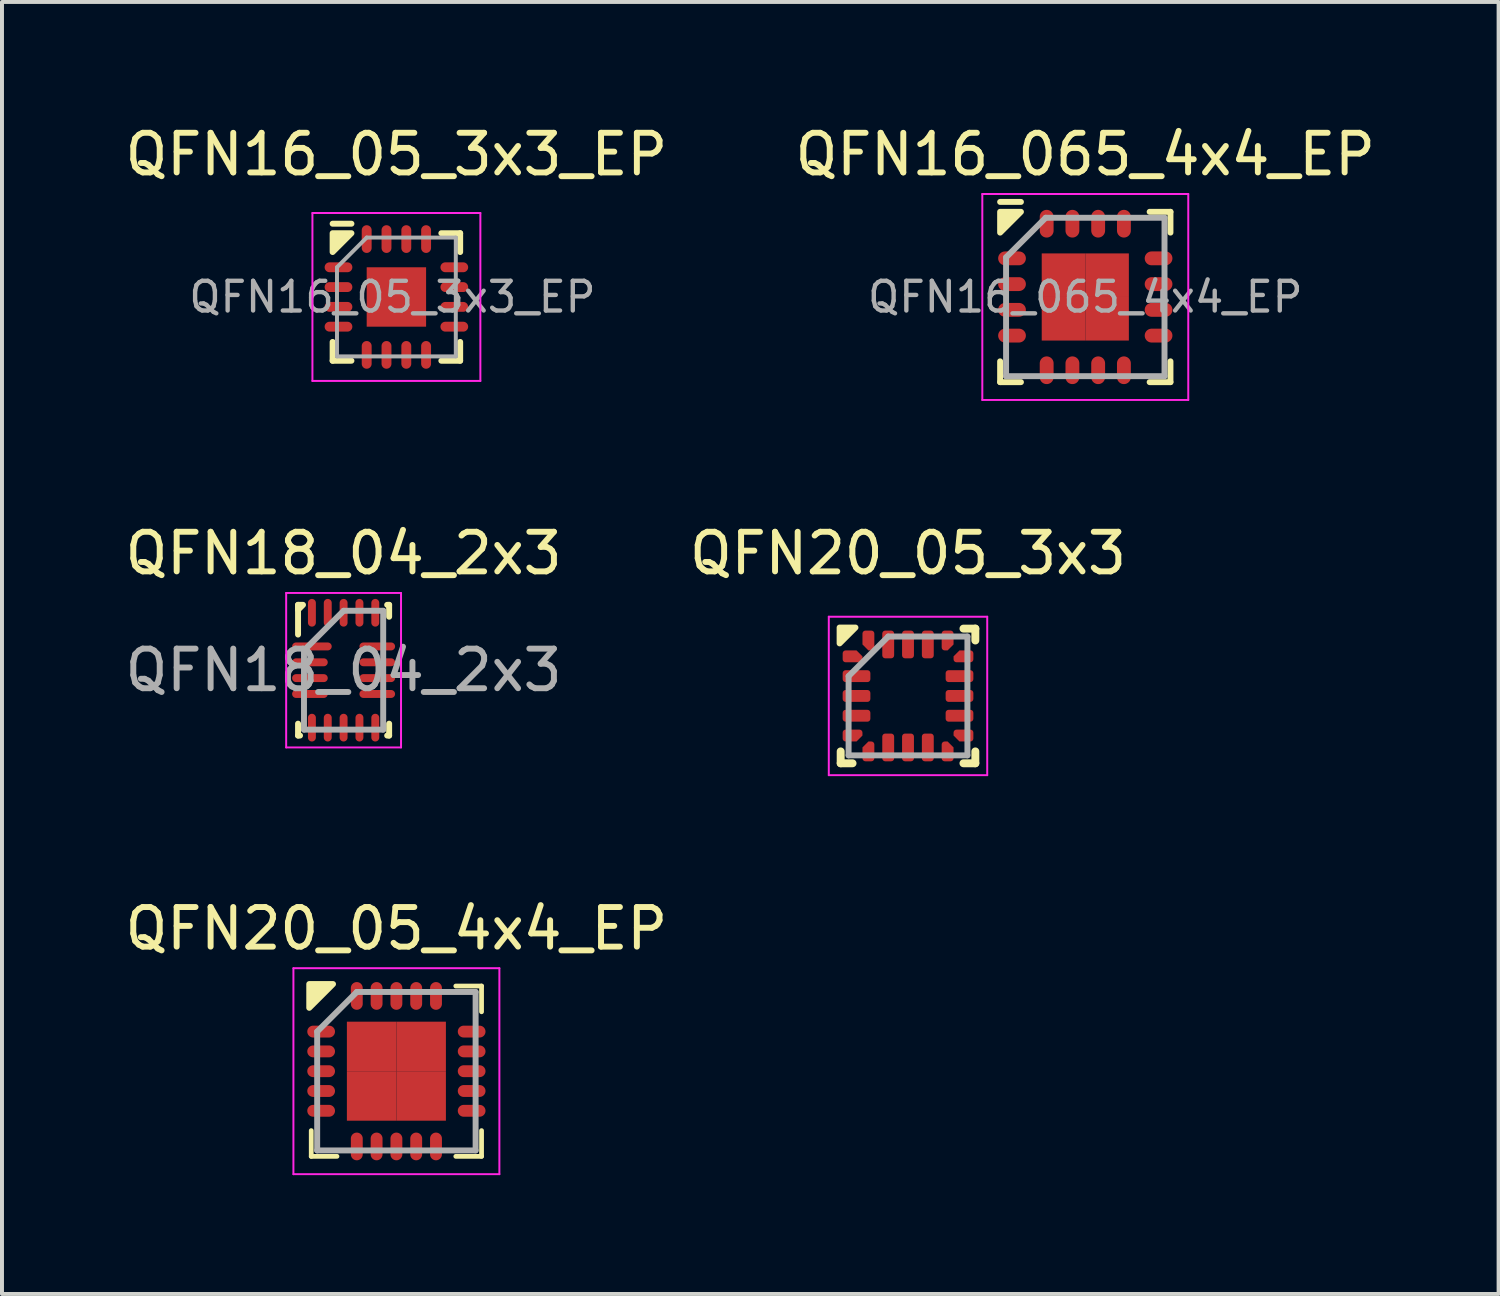
<source format=kicad_pcb>
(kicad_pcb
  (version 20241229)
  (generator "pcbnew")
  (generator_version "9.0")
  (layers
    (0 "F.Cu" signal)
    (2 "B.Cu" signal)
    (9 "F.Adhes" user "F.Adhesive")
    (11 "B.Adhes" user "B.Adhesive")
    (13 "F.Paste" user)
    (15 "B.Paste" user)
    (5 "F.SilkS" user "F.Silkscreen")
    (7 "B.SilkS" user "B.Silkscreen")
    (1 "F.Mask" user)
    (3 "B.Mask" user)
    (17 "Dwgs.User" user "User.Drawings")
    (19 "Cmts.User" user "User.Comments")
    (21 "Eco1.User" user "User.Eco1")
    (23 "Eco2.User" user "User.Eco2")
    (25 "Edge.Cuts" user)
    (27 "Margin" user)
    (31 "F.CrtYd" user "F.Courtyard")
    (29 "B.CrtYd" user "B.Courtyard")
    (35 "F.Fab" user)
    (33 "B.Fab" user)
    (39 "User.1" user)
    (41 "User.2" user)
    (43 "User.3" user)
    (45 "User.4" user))
  (footprint "QFN20_05_3x3"
    (layer "F.Cu")
    (at 19.875 14.521)
    (property "Reference" "QFN20_05_3x3" (at 0 -3.6 0) (layer "F.SilkS") (effects (font (size 1 1) (thickness 0.15))))
    (attr smd)
    (fp_line (start -1.7 1.4) (end -1.7 1.7) (stroke (width 0.2) (type solid)) (layer "F.SilkS"))
    (fp_line (start -1.4 1.7) (end -1.7 1.7) (stroke (width 0.2) (type solid)) (layer "F.SilkS"))
    (fp_line (start 1.7 -1.7) (end 1.4 -1.7) (stroke (width 0.2) (type solid)) (layer "F.SilkS"))
    (fp_line (start 1.7 -1.7) (end 1.7 -1.4) (stroke (width 0.2) (type solid)) (layer "F.SilkS"))
    (fp_line (start 1.7 1.7) (end 1.4 1.7) (stroke (width 0.2) (type solid)) (layer "F.SilkS"))
    (fp_line (start 1.7 1.7) (end 1.7 1.4) (stroke (width 0.2) (type solid)) (layer "F.SilkS"))
    (fp_poly (pts (xy -1.727 -1.327) (xy -1.727 -1.727) (xy -1.327 -1.727)) (stroke (width 0.15) (type solid)) (fill yes) (layer "F.SilkS"))
    (fp_line (start -2 -2) (end 2 -2) (stroke (width 0.05) (type solid)) (layer "F.CrtYd"))
    (fp_line (start -2 2) (end -2 -2) (stroke (width 0.05) (type solid)) (layer "F.CrtYd"))
    (fp_line (start 2 -2) (end 2 2) (stroke (width 0.05) (type solid)) (layer "F.CrtYd"))
    (fp_line (start 2 2) (end -2 2) (stroke (width 0.05) (type solid)) (layer "F.CrtYd"))
    (fp_line (start -1.5 -0.5) (end -1.5 1.5) (stroke (width 0.15) (type solid)) (layer "F.Fab"))
    (fp_line (start -1.5 1.5) (end 1.5 1.5) (stroke (width 0.15) (type solid)) (layer "F.Fab"))
    (fp_line (start -0.5 -1.5) (end -1.5 -0.5) (stroke (width 0.15) (type solid)) (layer "F.Fab"))
    (fp_line (start 1.5 -1.5) (end -0.5 -1.5) (stroke (width 0.15) (type solid)) (layer "F.Fab"))
    (fp_line (start 1.5 1.5) (end 1.5 -1.5) (stroke (width 0.15) (type solid)) (layer "F.Fab"))
    (pad "1" smd roundrect (at -1.4 -1 90) (size 0.3 0.5) (layers "F.Cu" "F.Mask" "F.Paste") (roundrect_rratio 0.25) (chamfer_ratio 0.5) (chamfer bottom_right))
    (pad "2" smd roundrect (at -1.3 -0.5 90) (size 0.3 0.7) (layers "F.Cu" "F.Mask" "F.Paste") (roundrect_rratio 0.25))
    (pad "3" smd roundrect (at -1.3 0 90) (size 0.3 0.7) (layers "F.Cu" "F.Mask" "F.Paste") (roundrect_rratio 0.25))
    (pad "4" smd roundrect (at -1.3 0.5 90) (size 0.3 0.7) (layers "F.Cu" "F.Mask" "F.Paste") (roundrect_rratio 0.25))
    (pad "5" smd roundrect (at -1.4 1 90) (size 0.3 0.5) (layers "F.Cu" "F.Mask" "F.Paste") (roundrect_rratio 0.25) (chamfer_ratio 0.5) (chamfer bottom_left))
    (pad "6" smd roundrect (at -1 1.4) (size 0.3 0.5) (layers "F.Cu" "F.Mask" "F.Paste") (roundrect_rratio 0.25) (chamfer_ratio 0.5) (chamfer top_left))
    (pad "7" smd roundrect (at -0.5 1.3) (size 0.3 0.7) (layers "F.Cu" "F.Mask" "F.Paste") (roundrect_rratio 0.25))
    (pad "8" smd roundrect (at 0 1.3) (size 0.3 0.7) (layers "F.Cu" "F.Mask" "F.Paste") (roundrect_rratio 0.25))
    (pad "9" smd roundrect (at 0.5 1.3) (size 0.3 0.7) (layers "F.Cu" "F.Mask" "F.Paste") (roundrect_rratio 0.25))
    (pad "10" smd roundrect (at 1 1.4) (size 0.3 0.5) (layers "F.Cu" "F.Mask" "F.Paste") (roundrect_rratio 0.25) (chamfer_ratio 0.5) (chamfer top_right))
    (pad "11" smd roundrect (at 1.4 1 90) (size 0.3 0.5) (layers "F.Cu" "F.Mask" "F.Paste") (roundrect_rratio 0.25) (chamfer_ratio 0.5) (chamfer top_left))
    (pad "12" smd roundrect (at 1.3 0.5 90) (size 0.3 0.7) (layers "F.Cu" "F.Mask" "F.Paste") (roundrect_rratio 0.25))
    (pad "13" smd roundrect (at 1.3 0 90) (size 0.3 0.7) (layers "F.Cu" "F.Mask" "F.Paste") (roundrect_rratio 0.25))
    (pad "14" smd roundrect (at 1.3 -0.5 90) (size 0.3 0.7) (layers "F.Cu" "F.Mask" "F.Paste") (roundrect_rratio 0.25))
    (pad "15" smd roundrect (at 1.4 -1 90) (size 0.3 0.5) (layers "F.Cu" "F.Mask" "F.Paste") (roundrect_rratio 0.25) (chamfer_ratio 0.5) (chamfer top_right))
    (pad "16" smd roundrect (at 1 -1.4) (size 0.3 0.5) (layers "F.Cu" "F.Mask" "F.Paste") (roundrect_rratio 0.25) (chamfer_ratio 0.5) (chamfer bottom_right))
    (pad "17" smd roundrect (at 0.5 -1.3) (size 0.3 0.7) (layers "F.Cu" "F.Mask" "F.Paste") (roundrect_rratio 0.25))
    (pad "18" smd roundrect (at 0 -1.3) (size 0.3 0.7) (layers "F.Cu" "F.Mask" "F.Paste") (roundrect_rratio 0.25))
    (pad "19" smd roundrect (at -0.5 -1.3) (size 0.3 0.7) (layers "F.Cu" "F.Mask" "F.Paste") (roundrect_rratio 0.25))
    (pad "20" smd roundrect (at -1 -1.4) (size 0.3 0.5) (layers "F.Cu" "F.Mask" "F.Paste") (roundrect_rratio 0.25) (chamfer_ratio 0.5) (chamfer bottom_left)))
  (footprint "QFN20_05_4x4_EP"
    (layer "F.Cu")
    (at 6.958 23.995)
    (property "Reference" "QFN20_05_4x4_EP" (at 0 -3.6 0) (layer "F.SilkS") (effects (font (size 1 1) (thickness 0.15))))
    (attr smd)
    (fp_line (start -2.15 2.15) (end -2.15 1.5) (stroke (width 0.12) (type solid)) (layer "F.SilkS"))
    (fp_line (start -1.5 2.15) (end -2.15 2.15) (stroke (width 0.12) (type solid)) (layer "F.SilkS"))
    (fp_line (start 1.5 -2.15) (end 2.15 -2.15) (stroke (width 0.12) (type solid)) (layer "F.SilkS"))
    (fp_line (start 1.5 2.15) (end 2.15 2.15) (stroke (width 0.12) (type solid)) (layer "F.SilkS"))
    (fp_line (start 2.15 -2.15) (end 2.15 -1.5) (stroke (width 0.12) (type solid)) (layer "F.SilkS"))
    (fp_line (start 2.15 2.15) (end 2.15 1.5) (stroke (width 0.12) (type solid)) (layer "F.SilkS"))
    (fp_poly (pts (xy -2.2 -1.6) (xy -2.2 -2.2) (xy -1.6 -2.2)) (stroke (width 0.15) (type solid)) (fill yes) (layer "F.SilkS"))
    (fp_line (start -2.6 -2.6) (end 2.6 -2.6) (stroke (width 0.05) (type solid)) (layer "F.CrtYd"))
    (fp_line (start -2.6 2.6) (end -2.6 -2.6) (stroke (width 0.05) (type solid)) (layer "F.CrtYd"))
    (fp_line (start 2.6 -2.6) (end 2.6 2.6) (stroke (width 0.05) (type solid)) (layer "F.CrtYd"))
    (fp_line (start 2.6 2.6) (end -2.6 2.6) (stroke (width 0.05) (type solid)) (layer "F.CrtYd"))
    (fp_line (start -2 -1) (end -2 2) (stroke (width 0.15) (type solid)) (layer "F.Fab"))
    (fp_line (start -2 2) (end 2 2) (stroke (width 0.15) (type solid)) (layer "F.Fab"))
    (fp_line (start -1 -2) (end -2 -1) (stroke (width 0.15) (type solid)) (layer "F.Fab"))
    (fp_line (start 2 -2) (end -1 -2) (stroke (width 0.15) (type solid)) (layer "F.Fab"))
    (fp_line (start 2 2) (end 2 -2) (stroke (width 0.15) (type solid)) (layer "F.Fab"))
    (pad "1" smd oval (at -1.9 -1 90) (size 0.3 0.7) (layers "F.Cu" "F.Mask" "F.Paste"))
    (pad "2" smd oval (at -1.9 -0.5 90) (size 0.3 0.7) (layers "F.Cu" "F.Mask" "F.Paste"))
    (pad "3" smd oval (at -1.9 0 90) (size 0.3 0.7) (layers "F.Cu" "F.Mask" "F.Paste"))
    (pad "4" smd oval (at -1.9 0.5 90) (size 0.3 0.7) (layers "F.Cu" "F.Mask" "F.Paste"))
    (pad "5" smd oval (at -1.9 1 90) (size 0.3 0.7) (layers "F.Cu" "F.Mask" "F.Paste"))
    (pad "6" smd oval (at -1 1.9) (size 0.3 0.7) (layers "F.Cu" "F.Mask" "F.Paste"))
    (pad "7" smd oval (at -0.5 1.9) (size 0.3 0.7) (layers "F.Cu" "F.Mask" "F.Paste"))
    (pad "8" smd oval (at 0 1.9) (size 0.3 0.7) (layers "F.Cu" "F.Mask" "F.Paste"))
    (pad "9" smd oval (at 0.5 1.9) (size 0.3 0.7) (layers "F.Cu" "F.Mask" "F.Paste"))
    (pad "10" smd oval (at 1 1.9) (size 0.3 0.7) (layers "F.Cu" "F.Mask" "F.Paste"))
    (pad "11" smd oval (at 1.9 1 90) (size 0.3 0.7) (layers "F.Cu" "F.Mask" "F.Paste"))
    (pad "12" smd oval (at 1.9 0.5 90) (size 0.3 0.7) (layers "F.Cu" "F.Mask" "F.Paste"))
    (pad "13" smd oval (at 1.9 0 90) (size 0.3 0.7) (layers "F.Cu" "F.Mask" "F.Paste"))
    (pad "14" smd oval (at 1.9 -0.5 90) (size 0.3 0.7) (layers "F.Cu" "F.Mask" "F.Paste"))
    (pad "15" smd oval (at 1.9 -1 90) (size 0.3 0.7) (layers "F.Cu" "F.Mask" "F.Paste"))
    (pad "16" smd oval (at 1 -1.9) (size 0.3 0.7) (layers "F.Cu" "F.Mask" "F.Paste"))
    (pad "17" smd oval (at 0.5 -1.9) (size 0.3 0.7) (layers "F.Cu" "F.Mask" "F.Paste"))
    (pad "18" smd oval (at 0 -1.9) (size 0.3 0.7) (layers "F.Cu" "F.Mask" "F.Paste"))
    (pad "19" smd oval (at -0.5 -1.9) (size 0.3 0.7) (layers "F.Cu" "F.Mask" "F.Paste"))
    (pad "20" smd oval (at -1 -1.9) (size 0.3 0.7) (layers "F.Cu" "F.Mask" "F.Paste"))
    (pad "21" smd rect (at -0.625 -0.625) (size 1.25 1.25) (layers "F.Cu" "F.Mask" "F.Paste"))
    (pad "21" smd rect (at -0.625 0.625) (size 1.25 1.25) (layers "F.Cu" "F.Mask" "F.Paste"))
    (pad "21" smd rect (at 0.625 -0.625) (size 1.25 1.25) (layers "F.Cu" "F.Mask" "F.Paste"))
    (pad "21" smd rect (at 0.625 0.625) (size 1.25 1.25) (layers "F.Cu" "F.Mask" "F.Paste")))
  (footprint "QFN18_04_2x3"
    (layer "F.Cu")
    (at 5.625 13.871)
    (property "Reference" "QFN18_04_2x3" (at 0 -2.95 0) (layer "F.SilkS") (effects (font (size 1 1) (thickness 0.15))))
    (attr smd)
    (fp_line (start -1.15 -1.65) (end -1.15 -0.9) (stroke (width 0.15) (type default)) (layer "F.SilkS"))
    (fp_line (start -1.15 1.35) (end -1.15 1.65) (stroke (width 0.15) (type default)) (layer "F.SilkS"))
    (fp_line (start -1.1 1.65) (end -1.15 1.65) (stroke (width 0.15) (type default)) (layer "F.SilkS"))
    (fp_line (start 1.1 -1.65) (end 1.15 -1.65) (stroke (width 0.15) (type default)) (layer "F.SilkS"))
    (fp_line (start 1.1 1.65) (end 1.15 1.65) (stroke (width 0.15) (type default)) (layer "F.SilkS"))
    (fp_line (start 1.15 -1.65) (end 1.15 -1.35) (stroke (width 0.15) (type default)) (layer "F.SilkS"))
    (fp_line (start 1.15 1.35) (end 1.15 1.65) (stroke (width 0.15) (type default)) (layer "F.SilkS"))
    (fp_poly (pts (xy -1.025 -1.65) (xy -1.15 -1.65) (xy -1.15 -1.525)) (stroke (width 0.15) (type solid)) (fill yes) (layer "F.SilkS"))
    (fp_line (start -1.45 -1.95) (end 1.45 -1.95) (stroke (width 0.05) (type default)) (layer "F.CrtYd"))
    (fp_line (start -1.45 1.95) (end -1.45 -1.95) (stroke (width 0.05) (type default)) (layer "F.CrtYd"))
    (fp_line (start 1.45 -1.95) (end 1.45 1.95) (stroke (width 0.05) (type default)) (layer "F.CrtYd"))
    (fp_line (start 1.45 1.95) (end -1.45 1.95) (stroke (width 0.05) (type default)) (layer "F.CrtYd"))
    (fp_line (start -1 -0.5) (end -1 1.5) (stroke (width 0.15) (type default)) (layer "F.Fab"))
    (fp_line (start -1 1.5) (end 1 1.5) (stroke (width 0.15) (type default)) (layer "F.Fab"))
    (fp_line (start 0 -1.5) (end -1 -0.5) (stroke (width 0.15) (type default)) (layer "F.Fab"))
    (fp_line (start 1 -1.5) (end 0 -1.5) (stroke (width 0.15) (type default)) (layer "F.Fab"))
    (fp_line (start 1 1.5) (end 1 -1.5) (stroke (width 0.15) (type default)) (layer "F.Fab"))
    (fp_text user "${REFERENCE}" (at 0 0 0) (layer "F.Fab") (effects (font (size 1 1) (thickness 0.15))))
    (pad "1" smd oval (at -0.8 -0.6 90) (size 0.2 1) (layers "F.Cu" "F.Mask" "F.Paste"))
    (pad "2" smd oval (at -0.85 -0.2 90) (size 0.2 0.9) (layers "F.Cu" "F.Mask" "F.Paste"))
    (pad "3" smd oval (at -0.85 0.2 90) (size 0.2 0.9) (layers "F.Cu" "F.Mask" "F.Paste"))
    (pad "4" smd oval (at -0.85 0.6 90) (size 0.2 0.9) (layers "F.Cu" "F.Mask" "F.Paste"))
    (pad "5" smd oval (at -0.8 1.45) (size 0.2 0.7) (layers "F.Cu" "F.Mask" "F.Paste"))
    (pad "6" smd oval (at -0.4 1.45) (size 0.2 0.7) (layers "F.Cu" "F.Mask" "F.Paste"))
    (pad "7" smd oval (at 0 1.45) (size 0.2 0.7) (layers "F.Cu" "F.Mask" "F.Paste"))
    (pad "8" smd oval (at 0.4 1.45) (size 0.2 0.7) (layers "F.Cu" "F.Mask" "F.Paste"))
    (pad "9" smd oval (at 0.8 1.45) (size 0.2 0.7) (layers "F.Cu" "F.Mask" "F.Paste"))
    (pad "10" smd oval (at 0.85 0.6 90) (size 0.2 0.9) (layers "F.Cu" "F.Mask" "F.Paste"))
    (pad "11" smd oval (at 0.85 0.2 90) (size 0.2 0.9) (layers "F.Cu" "F.Mask" "F.Paste"))
    (pad "12" smd oval (at 0.85 -0.2 90) (size 0.2 0.9) (layers "F.Cu" "F.Mask" "F.Paste"))
    (pad "13" smd oval (at 0.85 -0.6 90) (size 0.2 0.9) (layers "F.Cu" "F.Mask" "F.Paste"))
    (pad "14" smd oval (at 0.8 -1.45) (size 0.2 0.7) (layers "F.Cu" "F.Mask" "F.Paste"))
    (pad "15" smd oval (at 0.4 -1.45) (size 0.2 0.7) (layers "F.Cu" "F.Mask" "F.Paste"))
    (pad "16" smd oval (at 0 -1.45) (size 0.2 0.7) (layers "F.Cu" "F.Mask" "F.Paste"))
    (pad "17" smd oval (at -0.4 -1.45) (size 0.2 0.7) (layers "F.Cu" "F.Mask" "F.Paste"))
    (pad "18" smd oval (at -0.8 -1.45) (size 0.2 0.7) (layers "F.Cu" "F.Mask" "F.Paste")))
  (footprint "QFN16_05_3x3_EP"
    (layer "F.Cu")
    (at 6.958 4.448)
    (property "Reference" "QFN16_05_3x3_EP" (at 0 -3.6 0) (layer "F.SilkS") (effects (font (size 1 1) (thickness 0.15))))
    (attr smd)
    (fp_line (start -1.61 1.61) (end -1.61 1.135) (stroke (width 0.15) (type solid)) (layer "F.SilkS"))
    (fp_line (start -1.135 -1.85) (end -1.61 -1.85) (stroke (width 0.15) (type solid)) (layer "F.SilkS"))
    (fp_line (start -1.135 1.61) (end -1.61 1.61) (stroke (width 0.15) (type solid)) (layer "F.SilkS"))
    (fp_line (start 1.135 -1.61) (end 1.61 -1.61) (stroke (width 0.15) (type solid)) (layer "F.SilkS"))
    (fp_line (start 1.135 1.61) (end 1.61 1.61) (stroke (width 0.15) (type solid)) (layer "F.SilkS"))
    (fp_line (start 1.61 -1.61) (end 1.61 -1.135) (stroke (width 0.15) (type solid)) (layer "F.SilkS"))
    (fp_line (start 1.61 1.61) (end 1.61 1.135) (stroke (width 0.15) (type solid)) (layer "F.SilkS"))
    (fp_poly (pts (xy -1.61 -1.135) (xy -1.61 -1.61) (xy -1.135 -1.61)) (stroke (width 0.15) (type solid)) (fill yes) (layer "F.SilkS"))
    (fp_line (start -2.12 -2.12) (end -2.12 2.12) (stroke (width 0.05) (type solid)) (layer "F.CrtYd"))
    (fp_line (start -2.12 2.12) (end 2.12 2.12) (stroke (width 0.05) (type solid)) (layer "F.CrtYd"))
    (fp_line (start 2.12 -2.12) (end -2.12 -2.12) (stroke (width 0.05) (type solid)) (layer "F.CrtYd"))
    (fp_line (start 2.12 2.12) (end 2.12 -2.12) (stroke (width 0.05) (type solid)) (layer "F.CrtYd"))
    (fp_line (start -1.5 -0.75) (end -0.75 -1.5) (stroke (width 0.1) (type solid)) (layer "F.Fab"))
    (fp_line (start -1.5 1.5) (end -1.5 -0.75) (stroke (width 0.1) (type solid)) (layer "F.Fab"))
    (fp_line (start -0.75 -1.5) (end 1.5 -1.5) (stroke (width 0.1) (type solid)) (layer "F.Fab"))
    (fp_line (start 1.5 -1.5) (end 1.5 1.5) (stroke (width 0.1) (type solid)) (layer "F.Fab"))
    (fp_line (start 1.5 1.5) (end -1.5 1.5) (stroke (width 0.1) (type solid)) (layer "F.Fab"))
    (fp_text user "${REFERENCE}" (at -0.1 0 0) (layer "F.Fab") (effects (font (size 0.75 0.75) (thickness 0.11))))
    (pad "" smd rect (at -0.4 -0.4) (size 0.5 0.5) (layers "F.Paste"))
    (pad "" smd rect (at -0.4 0.4) (size 0.5 0.5) (layers "F.Paste"))
    (pad "" smd rect (at 0.4 -0.4) (size 0.5 0.5) (layers "F.Paste"))
    (pad "" smd rect (at 0.4 0.4) (size 0.5 0.5) (layers "F.Paste"))
    (pad "1" smd oval (at -1.462 -0.75) (size 0.7 0.25) (layers "F.Cu" "F.Mask" "F.Paste"))
    (pad "2" smd oval (at -1.462 -0.25) (size 0.7 0.25) (layers "F.Cu" "F.Mask" "F.Paste"))
    (pad "3" smd oval (at -1.462 0.25) (size 0.7 0.25) (layers "F.Cu" "F.Mask" "F.Paste"))
    (pad "4" smd oval (at -1.462 0.75) (size 0.7 0.25) (layers "F.Cu" "F.Mask" "F.Paste"))
    (pad "5" smd oval (at -0.75 1.462) (size 0.25 0.7) (layers "F.Cu" "F.Mask" "F.Paste"))
    (pad "6" smd oval (at -0.25 1.462) (size 0.25 0.7) (layers "F.Cu" "F.Mask" "F.Paste"))
    (pad "7" smd oval (at 0.25 1.462) (size 0.25 0.7) (layers "F.Cu" "F.Mask" "F.Paste"))
    (pad "8" smd oval (at 0.75 1.462) (size 0.25 0.7) (layers "F.Cu" "F.Mask" "F.Paste"))
    (pad "9" smd oval (at 1.462 0.75) (size 0.7 0.25) (layers "F.Cu" "F.Mask" "F.Paste"))
    (pad "10" smd oval (at 1.462 0.25) (size 0.7 0.25) (layers "F.Cu" "F.Mask" "F.Paste"))
    (pad "11" smd oval (at 1.462 -0.25) (size 0.7 0.25) (layers "F.Cu" "F.Mask" "F.Paste"))
    (pad "12" smd oval (at 1.462 -0.75) (size 0.7 0.25) (layers "F.Cu" "F.Mask" "F.Paste"))
    (pad "13" smd oval (at 0.75 -1.462) (size 0.25 0.7) (layers "F.Cu" "F.Mask" "F.Paste"))
    (pad "14" smd oval (at 0.25 -1.462) (size 0.25 0.7) (layers "F.Cu" "F.Mask" "F.Paste"))
    (pad "15" smd oval (at -0.25 -1.462) (size 0.25 0.7) (layers "F.Cu" "F.Mask" "F.Paste"))
    (pad "16" smd oval (at -0.75 -1.462) (size 0.25 0.7) (layers "F.Cu" "F.Mask" "F.Paste"))
    (pad "17" smd rect (at 0 0) (size 1.5 1.5) (layers "F.Cu" "F.Mask")))
  (footprint "QFN16_065_4x4_EP"
    (layer "F.Cu")
    (at 24.351 4.448)
    (property "Reference" "QFN16_065_4x4_EP" (at 0 -3.6 0) (layer "F.SilkS") (effects (font (size 1 1) (thickness 0.15))))
    (attr smd)
    (fp_line (start -2.15 2.15) (end -2.15 1.625) (stroke (width 0.15) (type solid)) (layer "F.SilkS"))
    (fp_line (start -1.625 -2.4) (end -2.15 -2.4) (stroke (width 0.15) (type solid)) (layer "F.SilkS"))
    (fp_line (start -1.625 2.15) (end -2.15 2.15) (stroke (width 0.15) (type solid)) (layer "F.SilkS"))
    (fp_line (start 1.625 -2.15) (end 2.15 -2.15) (stroke (width 0.15) (type solid)) (layer "F.SilkS"))
    (fp_line (start 1.625 2.15) (end 2.15 2.15) (stroke (width 0.15) (type solid)) (layer "F.SilkS"))
    (fp_line (start 2.15 -2.15) (end 2.15 -1.625) (stroke (width 0.15) (type solid)) (layer "F.SilkS"))
    (fp_line (start 2.15 2.15) (end 2.15 1.625) (stroke (width 0.15) (type solid)) (layer "F.SilkS"))
    (fp_poly (pts (xy -2.15 -1.625) (xy -2.15 -2.15) (xy -1.625 -2.15)) (stroke (width 0.15) (type solid)) (fill yes) (layer "F.SilkS"))
    (fp_line (start -2.6 -2.6) (end 2.6 -2.6) (stroke (width 0.05) (type solid)) (layer "F.CrtYd"))
    (fp_line (start -2.6 2.6) (end -2.6 -2.6) (stroke (width 0.05) (type solid)) (layer "F.CrtYd"))
    (fp_line (start 2.6 -2.6) (end 2.6 2.6) (stroke (width 0.05) (type solid)) (layer "F.CrtYd"))
    (fp_line (start 2.6 2.6) (end -2.6 2.6) (stroke (width 0.05) (type solid)) (layer "F.CrtYd"))
    (fp_line (start -2 -1) (end -2 2) (stroke (width 0.15) (type solid)) (layer "F.Fab"))
    (fp_line (start -2 2) (end 2 2) (stroke (width 0.15) (type solid)) (layer "F.Fab"))
    (fp_line (start -1 -2) (end -2 -1) (stroke (width 0.15) (type solid)) (layer "F.Fab"))
    (fp_line (start 2 -2) (end -1 -2) (stroke (width 0.15) (type solid)) (layer "F.Fab"))
    (fp_line (start 2 2) (end 2 -2) (stroke (width 0.15) (type solid)) (layer "F.Fab"))
    (fp_text user "${REFERENCE}" (at 0 0 0) (layer "F.Fab") (effects (font (size 0.75 0.75) (thickness 0.11))))
    (pad "1" smd oval (at -1.85 -0.975 90) (size 0.35 0.7) (layers "F.Cu" "F.Mask" "F.Paste"))
    (pad "2" smd oval (at -1.85 -0.325 90) (size 0.35 0.7) (layers "F.Cu" "F.Mask" "F.Paste"))
    (pad "3" smd oval (at -1.85 0.325 90) (size 0.35 0.7) (layers "F.Cu" "F.Mask" "F.Paste"))
    (pad "4" smd oval (at -1.85 0.975 90) (size 0.35 0.7) (layers "F.Cu" "F.Mask" "F.Paste"))
    (pad "5" smd oval (at -0.975 1.85) (size 0.35 0.7) (layers "F.Cu" "F.Mask" "F.Paste"))
    (pad "6" smd oval (at -0.325 1.85) (size 0.35 0.7) (layers "F.Cu" "F.Mask" "F.Paste"))
    (pad "7" smd oval (at 0.325 1.85) (size 0.35 0.7) (layers "F.Cu" "F.Mask" "F.Paste"))
    (pad "8" smd oval (at 0.975 1.85) (size 0.35 0.7) (layers "F.Cu" "F.Mask" "F.Paste"))
    (pad "9" smd oval (at 1.85 0.975 90) (size 0.35 0.7) (layers "F.Cu" "F.Mask" "F.Paste"))
    (pad "10" smd oval (at 1.85 0.325 90) (size 0.35 0.7) (layers "F.Cu" "F.Mask" "F.Paste"))
    (pad "11" smd oval (at 1.85 -0.325 90) (size 0.35 0.7) (layers "F.Cu" "F.Mask" "F.Paste"))
    (pad "12" smd oval (at 1.85 -0.975 90) (size 0.35 0.7) (layers "F.Cu" "F.Mask" "F.Paste"))
    (pad "13" smd oval (at 0.975 -1.85) (size 0.35 0.7) (layers "F.Cu" "F.Mask" "F.Paste"))
    (pad "14" smd oval (at 0.325 -1.85) (size 0.35 0.7) (layers "F.Cu" "F.Mask" "F.Paste"))
    (pad "15" smd oval (at -0.325 -1.85) (size 0.35 0.7) (layers "F.Cu" "F.Mask" "F.Paste"))
    (pad "16" smd oval (at -0.975 -1.85) (size 0.35 0.7) (layers "F.Cu" "F.Mask" "F.Paste"))
    (pad "17" smd rect (at -0.55 -0.55) (size 1.1 1.1) (layers "F.Cu" "F.Mask" "F.Paste"))
    (pad "17" smd rect (at -0.55 0.55) (size 1.1 1.1) (layers "F.Cu" "F.Mask" "F.Paste"))
    (pad "17" smd rect (at 0.55 -0.55) (size 1.1 1.1) (layers "F.Cu" "F.Mask" "F.Paste"))
    (pad "17" smd rect (at 0.55 0.55) (size 1.1 1.1) (layers "F.Cu" "F.Mask" "F.Paste")))
  (gr_rect
    (start -3 -3)
    (end 34.786 29.62)
    (stroke (width 0.1) (type default))
    (fill no)
    (layer "Edge.Cuts")))
</source>
